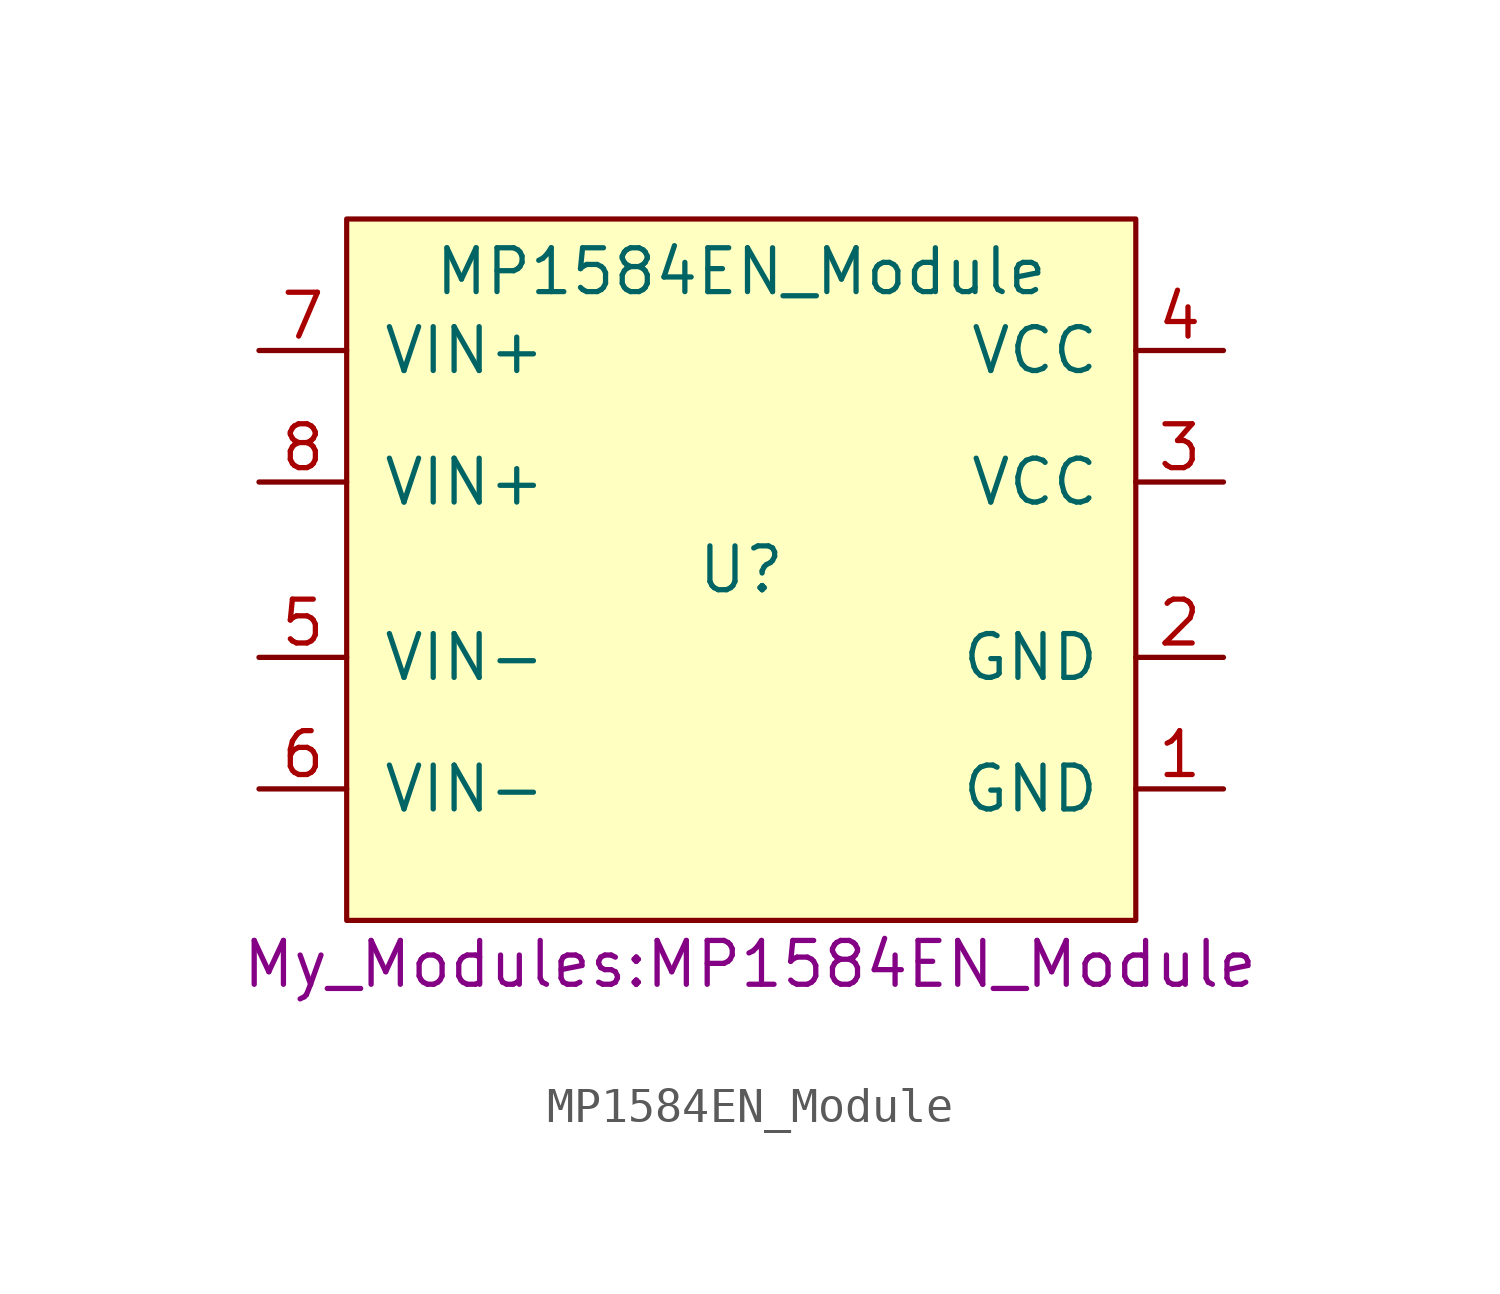
<source format=kicad_sym>
(kicad_symbol_lib
  (version 20241209)
  (generator "kicad_symbol_editor")
  (generator_version "9.0")
  (symbol "MP1584EN_Module"
    (pin_names
      (offset 1.016))
    (property "Reference" "U"
      (at 0 0 0)
      (effects (font (size 1.27 1.27))))
    (property "Value" "MP1584EN_Module"
      (at 0 8.636 0)
      (effects (font (size 1.27 1.27))))
    (property "Footprint" "My_Modules:MP1584EN_Module"
      (at 0.254 -11.43 0)
      (effects (font (size 1.27 1.27))))
    (symbol "MP1584EN_Module_1_1"
      (rectangle (start -11.43 10.16) (end 11.43 -10.16) (stroke (width 0.15) (type default)) (fill (type background)))
      (pin power_in line (at -13.97 6.35 0) (length 2.54) (name "VIN+" (effects (font (size 1.27 1.27)))) (number "7" (effects (font (size 1.27 1.27)))))
      (pin power_in line (at -13.97 2.54 0) (length 2.54) (name "VIN+" (effects (font (size 1.27 1.27)))) (number "8" (effects (font (size 1.27 1.27)))))
      (pin power_in line (at -13.97 -2.54 0) (length 2.54) (name "VIN-" (effects (font (size 1.27 1.27)))) (number "5" (effects (font (size 1.27 1.27)))))
      (pin power_in line (at -13.97 -6.35 0) (length 2.54) (name "VIN-" (effects (font (size 1.27 1.27)))) (number "6" (effects (font (size 1.27 1.27)))))
      (pin power_out line (at 13.97 6.35 180) (length 2.54) (name "VCC" (effects (font (size 1.27 1.27)))) (number "4" (effects (font (size 1.27 1.27)))))
      (pin power_out line (at 13.97 2.54 180) (length 2.54) (name "VCC" (effects (font (size 1.27 1.27)))) (number "3" (effects (font (size 1.27 1.27)))))
      (pin power_out line (at 13.97 -2.54 180) (length 2.54) (name "GND" (effects (font (size 1.27 1.27)))) (number "2" (effects (font (size 1.27 1.27)))))
      (pin power_out line (at 13.97 -6.35 180) (length 2.54) (name "GND" (effects (font (size 1.27 1.27)))) (number "1" (effects (font (size 1.27 1.27))))))))
</source>
